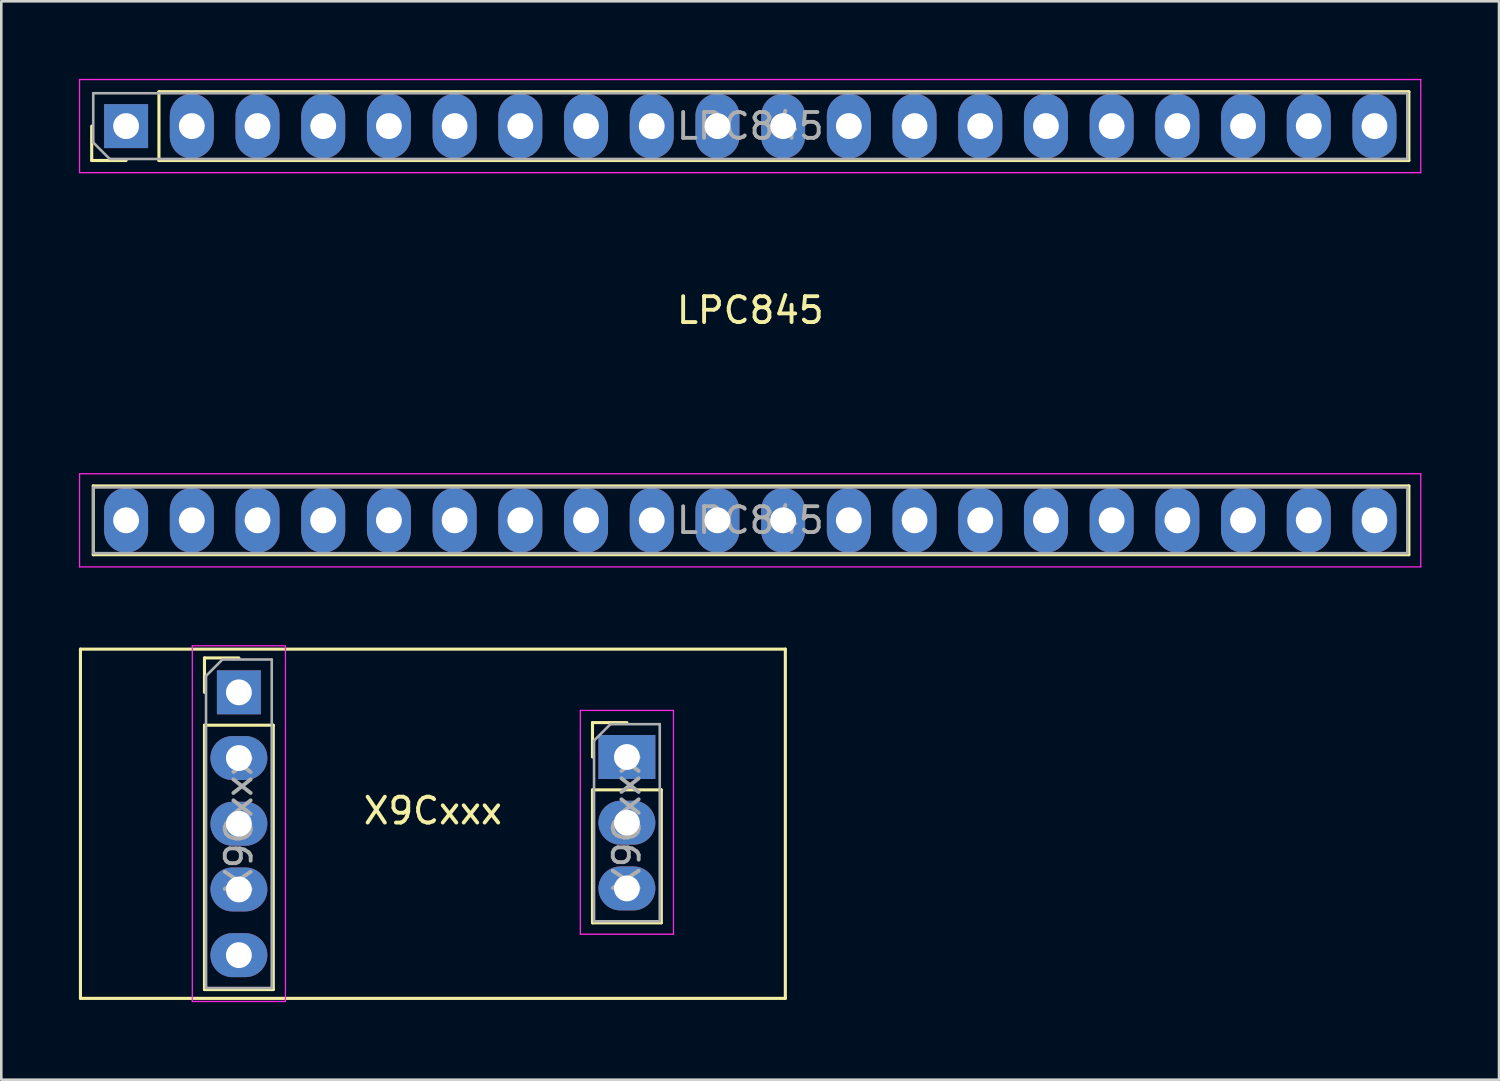
<source format=kicad_pcb>
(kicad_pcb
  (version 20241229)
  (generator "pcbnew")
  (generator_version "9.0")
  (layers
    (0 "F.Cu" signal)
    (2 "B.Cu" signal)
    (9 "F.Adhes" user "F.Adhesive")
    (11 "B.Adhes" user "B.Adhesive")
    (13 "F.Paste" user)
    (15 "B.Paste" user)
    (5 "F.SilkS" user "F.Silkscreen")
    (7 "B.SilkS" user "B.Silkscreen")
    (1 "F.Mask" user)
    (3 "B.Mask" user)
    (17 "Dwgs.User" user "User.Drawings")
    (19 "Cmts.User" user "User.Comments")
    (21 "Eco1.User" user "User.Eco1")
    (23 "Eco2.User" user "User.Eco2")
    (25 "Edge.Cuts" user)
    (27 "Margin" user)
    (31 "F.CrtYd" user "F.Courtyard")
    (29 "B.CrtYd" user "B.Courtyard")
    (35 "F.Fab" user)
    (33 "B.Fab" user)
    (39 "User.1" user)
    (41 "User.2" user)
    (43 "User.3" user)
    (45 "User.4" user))
  (footprint "X9Cxxx"
    (layer "F.Cu")
    (at 13.685 28.795)
    (property "Reference" "X9Cxxx" (at 0 -0.5 0) (unlocked yes) (layer "F.SilkS") (effects (font (size 1 1) (thickness 0.15))))
    (attr through_hole)
    (fp_line (start -13.625 -6.75) (end 13.625 -6.75) (stroke (width 0.12) (type solid)) (layer "F.SilkS"))
    (fp_line (start -13.625 6.75) (end -13.625 -6.75) (stroke (width 0.12) (type solid)) (layer "F.SilkS"))
    (fp_line (start -8.83 -6.41) (end -7.5 -6.41) (stroke (width 0.12) (type solid)) (layer "F.SilkS"))
    (fp_line (start -8.83 -5.08) (end -8.83 -6.41) (stroke (width 0.12) (type solid)) (layer "F.SilkS"))
    (fp_line (start -8.83 -3.81) (end -8.83 6.41) (stroke (width 0.12) (type solid)) (layer "F.SilkS"))
    (fp_line (start -8.83 -3.81) (end -6.17 -3.81) (stroke (width 0.12) (type solid)) (layer "F.SilkS"))
    (fp_line (start -8.83 6.41) (end -6.17 6.41) (stroke (width 0.12) (type solid)) (layer "F.SilkS"))
    (fp_line (start -6.17 -3.81) (end -6.17 6.41) (stroke (width 0.12) (type solid)) (layer "F.SilkS"))
    (fp_line (start 6.17 -3.91) (end 7.5 -3.91) (stroke (width 0.12) (type solid)) (layer "F.SilkS"))
    (fp_line (start 6.17 -2.58) (end 6.17 -3.91) (stroke (width 0.12) (type solid)) (layer "F.SilkS"))
    (fp_line (start 6.17 -1.31) (end 6.17 3.83) (stroke (width 0.12) (type solid)) (layer "F.SilkS"))
    (fp_line (start 6.17 -1.31) (end 8.83 -1.31) (stroke (width 0.12) (type solid)) (layer "F.SilkS"))
    (fp_line (start 6.17 3.83) (end 8.83 3.83) (stroke (width 0.12) (type solid)) (layer "F.SilkS"))
    (fp_line (start 8.83 -1.31) (end 8.83 3.83) (stroke (width 0.12) (type solid)) (layer "F.SilkS"))
    (fp_line (start 13.625 -6.75) (end 13.625 6.75) (stroke (width 0.12) (type solid)) (layer "F.SilkS"))
    (fp_line (start 13.625 6.75) (end -13.625 6.75) (stroke (width 0.12) (type solid)) (layer "F.SilkS"))
    (fp_line (start -9.3 -6.88) (end -9.3 6.87) (stroke (width 0.05) (type solid)) (layer "F.CrtYd"))
    (fp_line (start -9.3 6.87) (end -5.7 6.87) (stroke (width 0.05) (type solid)) (layer "F.CrtYd"))
    (fp_line (start -5.7 -6.88) (end -9.3 -6.88) (stroke (width 0.05) (type solid)) (layer "F.CrtYd"))
    (fp_line (start -5.7 6.87) (end -5.7 -6.88) (stroke (width 0.05) (type solid)) (layer "F.CrtYd"))
    (fp_line (start 5.7 -4.38) (end 5.7 4.27) (stroke (width 0.05) (type solid)) (layer "F.CrtYd"))
    (fp_line (start 5.7 4.27) (end 9.3 4.27) (stroke (width 0.05) (type solid)) (layer "F.CrtYd"))
    (fp_line (start 9.3 -4.38) (end 5.7 -4.38) (stroke (width 0.05) (type solid)) (layer "F.CrtYd"))
    (fp_line (start 9.3 4.27) (end 9.3 -4.38) (stroke (width 0.05) (type solid)) (layer "F.CrtYd"))
    (fp_line (start -8.77 -5.715) (end -8.135 -6.35) (stroke (width 0.1) (type solid)) (layer "F.Fab"))
    (fp_line (start -8.77 6.35) (end -8.77 -5.715) (stroke (width 0.1) (type solid)) (layer "F.Fab"))
    (fp_line (start -8.135 -6.35) (end -6.23 -6.35) (stroke (width 0.1) (type solid)) (layer "F.Fab"))
    (fp_line (start -6.23 -6.35) (end -6.23 6.35) (stroke (width 0.1) (type solid)) (layer "F.Fab"))
    (fp_line (start -6.23 6.35) (end -8.77 6.35) (stroke (width 0.1) (type solid)) (layer "F.Fab"))
    (fp_line (start 6.23 -3.215) (end 6.865 -3.85) (stroke (width 0.1) (type solid)) (layer "F.Fab"))
    (fp_line (start 6.23 3.77) (end 6.23 -3.215) (stroke (width 0.1) (type solid)) (layer "F.Fab"))
    (fp_line (start 6.865 -3.85) (end 8.77 -3.85) (stroke (width 0.1) (type solid)) (layer "F.Fab"))
    (fp_line (start 8.77 -3.85) (end 8.77 3.77) (stroke (width 0.1) (type solid)) (layer "F.Fab"))
    (fp_line (start 8.77 3.77) (end 6.23 3.77) (stroke (width 0.1) (type solid)) (layer "F.Fab"))
    (fp_text user "${REFERENCE}" (at 7.5 -0.04 90) (layer "F.Fab") (effects (font (size 1 1) (thickness 0.15))))
    (fp_text user "${REFERENCE}" (at -7.5 0 90) (layer "F.Fab") (effects (font (size 1 1) (thickness 0.15))))
    (pad "1" thru_hole oval (at -7.5 0) (size 2.2 1.7) (drill 1) (layers "*.Cu" "*.Mask"))
    (pad "2" thru_hole oval (at -7.5 2.54) (size 2.2 1.7) (drill 1) (layers "*.Cu" "*.Mask"))
    (pad "3" thru_hole oval (at 7.5 2.5) (size 2.2 1.7) (drill 1) (layers "*.Cu" "*.Mask"))
    (pad "4" thru_hole oval (at -7.5 5.08) (size 2.2 1.7) (drill 1) (layers "*.Cu" "*.Mask"))
    (pad "5" thru_hole oval (at 7.5 -0.04) (size 2.2 1.7) (drill 1) (layers "*.Cu" "*.Mask"))
    (pad "6" thru_hole rect (at 7.5 -2.58) (size 2.2 1.7) (drill 1) (layers "*.Cu" "*.Mask"))
    (pad "7" thru_hole oval (at -7.5 -2.54) (size 2.2 1.7) (drill 1) (layers "*.Cu" "*.Mask"))
    (pad "8" thru_hole rect (at -7.5 -5.08) (size 1.7 1.7) (drill 1) (layers "*.Cu" "*.Mask"))
    (zone (net_name "") (layer "B.CrtYd") (hatch edge 0.508) (connect_pads) (min_thickness 0.254) (filled_areas_thickness no) (keepout (tracks allowed) (vias allowed) (pads allowed) (copperpour allowed) (footprints not_allowed)) (placement (enabled no)) (fill) (polygon (pts (xy 27.185 35.545) (xy 0.185 35.545) (xy 0.185 22.045) (xy 27.185 22.045)))))
  (footprint "LPC845"
    (layer "F.Cu")
    (at 25.955 9.445)
    (property "Reference" "LPC845" (at 0 -0.5 0) (unlocked yes) (layer "F.SilkS") (effects (font (size 1 1) (thickness 0.15))))
    (attr smd)
    (fp_line (start -25.46 -6.29) (end -25.46 -7.62) (stroke (width 0.12) (type solid)) (layer "F.SilkS"))
    (fp_line (start -25.4 6.29) (end 25.46 6.29) (stroke (width 0.12) (type solid)) (layer "F.SilkS"))
    (fp_line (start -25.4 8.95) (end -25.4 6.29) (stroke (width 0.12) (type solid)) (layer "F.SilkS"))
    (fp_line (start -25.4 8.95) (end 25.46 8.95) (stroke (width 0.12) (type solid)) (layer "F.SilkS"))
    (fp_line (start -24.13 -6.29) (end -25.46 -6.29) (stroke (width 0.12) (type solid)) (layer "F.SilkS"))
    (fp_line (start -22.86 -8.95) (end 25.46 -8.95) (stroke (width 0.12) (type solid)) (layer "F.SilkS"))
    (fp_line (start -22.86 -6.29) (end -22.86 -8.95) (stroke (width 0.12) (type solid)) (layer "F.SilkS"))
    (fp_line (start -22.86 -6.29) (end 25.46 -6.29) (stroke (width 0.12) (type solid)) (layer "F.SilkS"))
    (fp_line (start 25.46 -6.29) (end 25.46 -8.95) (stroke (width 0.12) (type solid)) (layer "F.SilkS"))
    (fp_line (start 25.46 8.95) (end 25.46 6.29) (stroke (width 0.12) (type solid)) (layer "F.SilkS"))
    (fp_line (start -25.93 -9.42) (end -25.93 -5.82) (stroke (width 0.05) (type solid)) (layer "F.CrtYd"))
    (fp_line (start -25.93 -5.82) (end 25.92 -5.82) (stroke (width 0.05) (type solid)) (layer "F.CrtYd"))
    (fp_line (start -25.93 5.82) (end -25.93 9.42) (stroke (width 0.05) (type solid)) (layer "F.CrtYd"))
    (fp_line (start -25.93 9.42) (end 25.92 9.42) (stroke (width 0.05) (type solid)) (layer "F.CrtYd"))
    (fp_line (start 25.92 -9.42) (end -25.93 -9.42) (stroke (width 0.05) (type solid)) (layer "F.CrtYd"))
    (fp_line (start 25.92 -5.82) (end 25.92 -9.42) (stroke (width 0.05) (type solid)) (layer "F.CrtYd"))
    (fp_line (start 25.92 5.82) (end -25.93 5.82) (stroke (width 0.05) (type solid)) (layer "F.CrtYd"))
    (fp_line (start 25.92 9.42) (end 25.92 5.82) (stroke (width 0.05) (type solid)) (layer "F.CrtYd"))
    (fp_line (start -25.4 -8.89) (end 25.4 -8.89) (stroke (width 0.1) (type solid)) (layer "F.Fab"))
    (fp_line (start -25.4 -6.985) (end -25.4 -8.89) (stroke (width 0.1) (type solid)) (layer "F.Fab"))
    (fp_line (start -25.4 6.35) (end 25.4 6.35) (stroke (width 0.1) (type solid)) (layer "F.Fab"))
    (fp_line (start -25.4 8.89) (end -25.4 6.35) (stroke (width 0.1) (type solid)) (layer "F.Fab"))
    (fp_line (start -24.765 -6.35) (end -25.4 -6.985) (stroke (width 0.1) (type solid)) (layer "F.Fab"))
    (fp_line (start 25.4 -8.89) (end 25.4 -6.35) (stroke (width 0.1) (type solid)) (layer "F.Fab"))
    (fp_line (start 25.4 -6.35) (end -24.765 -6.35) (stroke (width 0.1) (type solid)) (layer "F.Fab"))
    (fp_line (start 25.4 6.35) (end 25.4 8.89) (stroke (width 0.1) (type solid)) (layer "F.Fab"))
    (fp_line (start 25.4 8.89) (end -25.4 8.89) (stroke (width 0.1) (type solid)) (layer "F.Fab"))
    (fp_text user "${REFERENCE}" (at 0 7.62 180) (layer "F.Fab") (effects (font (size 1 1) (thickness 0.15))))
    (fp_text user "${REFERENCE}" (at 0 -7.62 180) (layer "F.Fab") (effects (font (size 1 1) (thickness 0.15))))
    (pad "1" thru_hole oval (at -24.13 7.62 90) (size 2.5 1.7) (drill 1) (layers "*.Cu" "*.Mask"))
    (pad "2" thru_hole oval (at -21.59 7.62 90) (size 2.5 1.7) (drill 1) (layers "*.Cu" "*.Mask"))
    (pad "3" thru_hole oval (at -19.05 7.62 90) (size 2.5 1.7) (drill 1) (layers "*.Cu" "*.Mask"))
    (pad "4" thru_hole oval (at -16.51 7.62 90) (size 2.5 1.7) (drill 1) (layers "*.Cu" "*.Mask"))
    (pad "5" thru_hole oval (at -13.97 7.62 90) (size 2.5 1.7) (drill 1) (layers "*.Cu" "*.Mask"))
    (pad "6" thru_hole oval (at -11.43 7.62 90) (size 2.5 1.7) (drill 1) (layers "*.Cu" "*.Mask"))
    (pad "7" thru_hole oval (at -8.89 7.62 90) (size 2.5 1.7) (drill 1) (layers "*.Cu" "*.Mask"))
    (pad "8" thru_hole oval (at -6.35 7.62 90) (size 2.5 1.7) (drill 1) (layers "*.Cu" "*.Mask"))
    (pad "9" thru_hole oval (at -3.81 7.62 90) (size 2.5 1.7) (drill 1) (layers "*.Cu" "*.Mask"))
    (pad "10" thru_hole oval (at -1.27 7.62 90) (size 2.5 1.7) (drill 1) (layers "*.Cu" "*.Mask"))
    (pad "11" thru_hole oval (at 1.27 7.62 90) (size 2.5 1.7) (drill 1) (layers "*.Cu" "*.Mask"))
    (pad "12" thru_hole oval (at 3.81 7.62 90) (size 2.5 1.7) (drill 1) (layers "*.Cu" "*.Mask"))
    (pad "13" thru_hole oval (at 6.35 7.62 90) (size 2.5 1.7) (drill 1) (layers "*.Cu" "*.Mask"))
    (pad "14" thru_hole oval (at 8.89 7.62 90) (size 2.5 1.7) (drill 1) (layers "*.Cu" "*.Mask"))
    (pad "15" thru_hole oval (at 11.43 7.62 90) (size 2.5 1.7) (drill 1) (layers "*.Cu" "*.Mask"))
    (pad "16" thru_hole oval (at 13.97 7.62 90) (size 2.5 1.7) (drill 1) (layers "*.Cu" "*.Mask"))
    (pad "17" thru_hole oval (at 16.51 7.62 90) (size 2.5 1.7) (drill 1) (layers "*.Cu" "*.Mask"))
    (pad "18" thru_hole oval (at 19.05 7.62 90) (size 2.5 1.7) (drill 1) (layers "*.Cu" "*.Mask"))
    (pad "19" thru_hole oval (at 21.59 7.62 90) (size 2.5 1.7) (drill 1) (layers "*.Cu" "*.Mask"))
    (pad "20" thru_hole oval (at 24.13 7.62 90) (size 2.5 1.7) (drill 1) (layers "*.Cu" "*.Mask"))
    (pad "21" thru_hole oval (at 24.13 -7.62 90) (size 2.5 1.7) (drill 1) (layers "*.Cu" "*.Mask"))
    (pad "22" thru_hole oval (at 21.59 -7.62 90) (size 2.5 1.7) (drill 1) (layers "*.Cu" "*.Mask"))
    (pad "23" thru_hole oval (at 19.05 -7.62 90) (size 2.5 1.7) (drill 1) (layers "*.Cu" "*.Mask"))
    (pad "24" thru_hole oval (at 16.51 -7.62 90) (size 2.5 1.7) (drill 1) (layers "*.Cu" "*.Mask"))
    (pad "25" thru_hole oval (at 13.97 -7.62 90) (size 2.5 1.7) (drill 1) (layers "*.Cu" "*.Mask"))
    (pad "26" thru_hole oval (at 11.43 -7.62 90) (size 2.5 1.7) (drill 1) (layers "*.Cu" "*.Mask"))
    (pad "27" thru_hole oval (at 8.89 -7.62 90) (size 2.5 1.7) (drill 1) (layers "*.Cu" "*.Mask"))
    (pad "28" thru_hole oval (at 6.35 -7.62 90) (size 2.5 1.7) (drill 1) (layers "*.Cu" "*.Mask"))
    (pad "29" thru_hole oval (at 3.81 -7.62 90) (size 2.5 1.7) (drill 1) (layers "*.Cu" "*.Mask"))
    (pad "30" thru_hole oval (at 1.27 -7.62 90) (size 2.5 1.7) (drill 1) (layers "*.Cu" "*.Mask"))
    (pad "31" thru_hole oval (at -1.27 -7.62 90) (size 2.5 1.7) (drill 1) (layers "*.Cu" "*.Mask"))
    (pad "32" thru_hole oval (at -3.81 -7.62 90) (size 2.5 1.7) (drill 1) (layers "*.Cu" "*.Mask"))
    (pad "33" thru_hole oval (at -6.35 -7.62 90) (size 2.5 1.7) (drill 1) (layers "*.Cu" "*.Mask"))
    (pad "34" thru_hole oval (at -8.89 -7.62 90) (size 2.5 1.7) (drill 1) (layers "*.Cu" "*.Mask"))
    (pad "35" thru_hole oval (at -11.43 -7.62 90) (size 2.5 1.7) (drill 1) (layers "*.Cu" "*.Mask"))
    (pad "36" thru_hole oval (at -13.97 -7.62 90) (size 2.5 1.7) (drill 1) (layers "*.Cu" "*.Mask"))
    (pad "37" thru_hole oval (at -16.51 -7.62 90) (size 2.5 1.7) (drill 1) (layers "*.Cu" "*.Mask"))
    (pad "38" thru_hole oval (at -19.05 -7.62 90) (size 2.5 1.7) (drill 1) (layers "*.Cu" "*.Mask"))
    (pad "39" thru_hole oval (at -21.59 -7.62 90) (size 2.5 1.7) (drill 1) (layers "*.Cu" "*.Mask"))
    (pad "40" thru_hole rect (at -24.13 -7.62 90) (size 1.7 1.7) (drill 1) (layers "*.Cu" "*.Mask")))
  (gr_rect
    (start -3 -3)
    (end 54.9 38.69)
    (stroke (width 0.1) (type default))
    (fill no)
    (layer "Edge.Cuts")))
</source>
